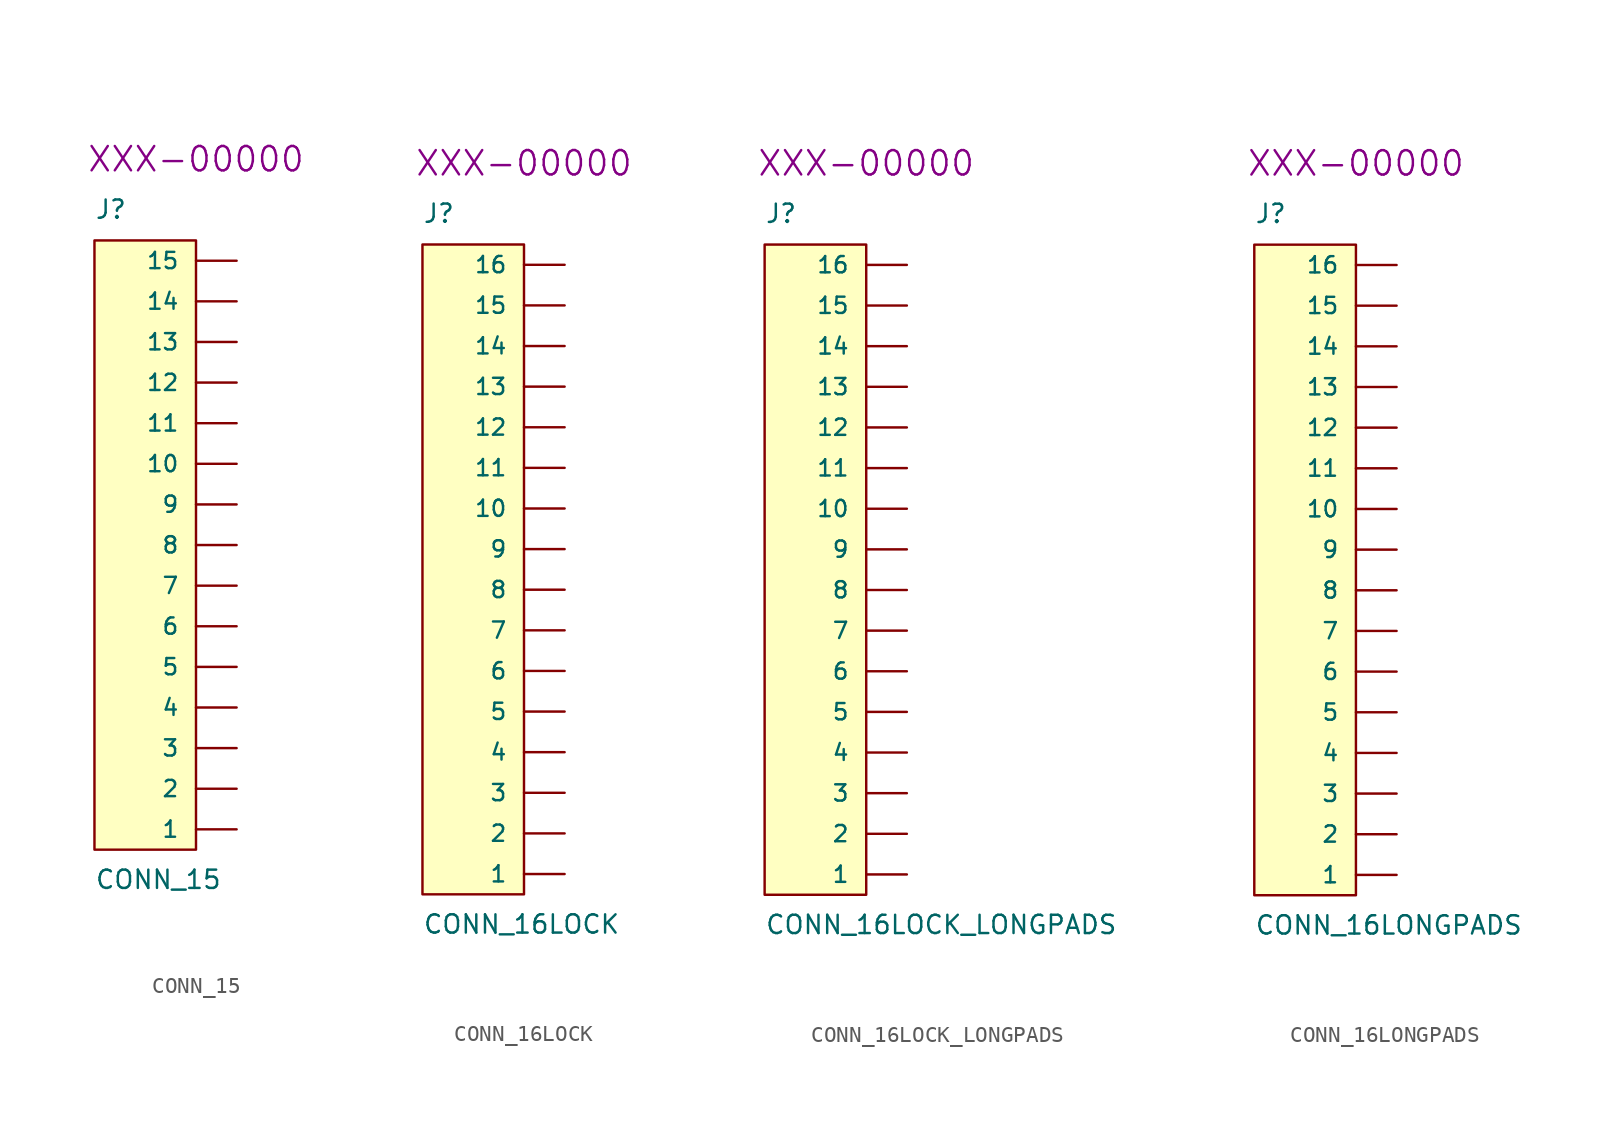
<source format=kicad_sym>
(kicad_symbol_lib
  (version 20201005)
  (generator kicad_symbol_editor)
  (symbol "CONN_15"
    (pin_numbers hide)
    (pin_names
      (offset 1.016))
    (property "Reference" "J"
      (at -6.35 38.1 0)
      (effects (font (size 1.143 1.143)) (justify left bottom)))
    (property "Value" "CONN_15"
      (at -6.35 -3.81 0)
      (effects (font (size 1.143 1.143)) (justify left bottom)))
    (property "Field4" "XXX-00000"
      (at 0 41.91 0)
      (effects (font (size 1.524 1.524))))
    (property "ki_locked" ""
      (at 0 0 0)
      (effects (font (size 1.27 1.27))))
    (symbol "CONN_15_0_1"
      (rectangle (start 0 -1.27) (end -6.35 36.83) (stroke (width 0)) (fill (type background))))
    (symbol "CONN_15_1_1"
      (pin passive line (at 2.54 0 180) (length 2.54) (name "1" (effects (font (size 1.016 1.016)))) (number "1" (effects (font (size 1.016 1.016)))))
      (pin passive line (at 2.54 2.54 180) (length 2.54) (name "2" (effects (font (size 1.016 1.016)))) (number "2" (effects (font (size 1.016 1.016)))))
      (pin passive line (at 2.54 5.08 180) (length 2.54) (name "3" (effects (font (size 1.016 1.016)))) (number "3" (effects (font (size 1.016 1.016)))))
      (pin passive line (at 2.54 7.62 180) (length 2.54) (name "4" (effects (font (size 1.016 1.016)))) (number "4" (effects (font (size 1.016 1.016)))))
      (pin passive line (at 2.54 10.16 180) (length 2.54) (name "5" (effects (font (size 1.016 1.016)))) (number "5" (effects (font (size 1.016 1.016)))))
      (pin passive line (at 2.54 12.7 180) (length 2.54) (name "6" (effects (font (size 1.016 1.016)))) (number "6" (effects (font (size 1.016 1.016)))))
      (pin passive line (at 2.54 15.24 180) (length 2.54) (name "7" (effects (font (size 1.016 1.016)))) (number "7" (effects (font (size 1.016 1.016)))))
      (pin passive line (at 2.54 17.78 180) (length 2.54) (name "8" (effects (font (size 1.016 1.016)))) (number "8" (effects (font (size 1.016 1.016)))))
      (pin passive line (at 2.54 20.32 180) (length 2.54) (name "9" (effects (font (size 1.016 1.016)))) (number "9" (effects (font (size 1.016 1.016)))))
      (pin passive line (at 2.54 22.86 180) (length 2.54) (name "10" (effects (font (size 1.016 1.016)))) (number "10" (effects (font (size 1.016 1.016)))))
      (pin passive line (at 2.54 25.4 180) (length 2.54) (name "11" (effects (font (size 1.016 1.016)))) (number "11" (effects (font (size 1.016 1.016)))))
      (pin passive line (at 2.54 27.94 180) (length 2.54) (name "12" (effects (font (size 1.016 1.016)))) (number "12" (effects (font (size 1.016 1.016)))))
      (pin passive line (at 2.54 30.48 180) (length 2.54) (name "13" (effects (font (size 1.016 1.016)))) (number "13" (effects (font (size 1.016 1.016)))))
      (pin passive line (at 2.54 33.02 180) (length 2.54) (name "14" (effects (font (size 1.016 1.016)))) (number "14" (effects (font (size 1.016 1.016)))))
      (pin passive line (at 2.54 35.56 180) (length 2.54) (name "15" (effects (font (size 1.016 1.016)))) (number "15" (effects (font (size 1.016 1.016)))))))
  (symbol "CONN_16LOCK"
    (pin_numbers hide)
    (pin_names
      (offset 1.016))
    (property "Reference" "J"
      (at -6.35 40.64 0)
      (effects (font (size 1.143 1.143)) (justify left bottom)))
    (property "Value" "CONN_16LOCK"
      (at -6.35 -3.81 0)
      (effects (font (size 1.143 1.143)) (justify left bottom)))
    (property "Field4" "XXX-00000"
      (at 0 44.45 0)
      (effects (font (size 1.524 1.524))))
    (property "ki_locked" ""
      (at 0 0 0)
      (effects (font (size 1.27 1.27))))
    (symbol "CONN_16LOCK_0_1"
      (rectangle (start 0 -1.27) (end -6.35 39.37) (stroke (width 0)) (fill (type background))))
    (symbol "CONN_16LOCK_1_1"
      (pin passive line (at 2.54 0 180) (length 2.54) (name "1" (effects (font (size 1.016 1.016)))) (number "1" (effects (font (size 1.016 1.016)))))
      (pin passive line (at 2.54 2.54 180) (length 2.54) (name "2" (effects (font (size 1.016 1.016)))) (number "2" (effects (font (size 1.016 1.016)))))
      (pin passive line (at 2.54 5.08 180) (length 2.54) (name "3" (effects (font (size 1.016 1.016)))) (number "3" (effects (font (size 1.016 1.016)))))
      (pin passive line (at 2.54 7.62 180) (length 2.54) (name "4" (effects (font (size 1.016 1.016)))) (number "4" (effects (font (size 1.016 1.016)))))
      (pin passive line (at 2.54 10.16 180) (length 2.54) (name "5" (effects (font (size 1.016 1.016)))) (number "5" (effects (font (size 1.016 1.016)))))
      (pin passive line (at 2.54 12.7 180) (length 2.54) (name "6" (effects (font (size 1.016 1.016)))) (number "6" (effects (font (size 1.016 1.016)))))
      (pin passive line (at 2.54 15.24 180) (length 2.54) (name "7" (effects (font (size 1.016 1.016)))) (number "7" (effects (font (size 1.016 1.016)))))
      (pin passive line (at 2.54 17.78 180) (length 2.54) (name "8" (effects (font (size 1.016 1.016)))) (number "8" (effects (font (size 1.016 1.016)))))
      (pin passive line (at 2.54 20.32 180) (length 2.54) (name "9" (effects (font (size 1.016 1.016)))) (number "9" (effects (font (size 1.016 1.016)))))
      (pin passive line (at 2.54 22.86 180) (length 2.54) (name "10" (effects (font (size 1.016 1.016)))) (number "10" (effects (font (size 1.016 1.016)))))
      (pin passive line (at 2.54 25.4 180) (length 2.54) (name "11" (effects (font (size 1.016 1.016)))) (number "11" (effects (font (size 1.016 1.016)))))
      (pin passive line (at 2.54 27.94 180) (length 2.54) (name "12" (effects (font (size 1.016 1.016)))) (number "12" (effects (font (size 1.016 1.016)))))
      (pin passive line (at 2.54 30.48 180) (length 2.54) (name "13" (effects (font (size 1.016 1.016)))) (number "13" (effects (font (size 1.016 1.016)))))
      (pin passive line (at 2.54 33.02 180) (length 2.54) (name "14" (effects (font (size 1.016 1.016)))) (number "14" (effects (font (size 1.016 1.016)))))
      (pin passive line (at 2.54 35.56 180) (length 2.54) (name "15" (effects (font (size 1.016 1.016)))) (number "15" (effects (font (size 1.016 1.016)))))
      (pin passive line (at 2.54 38.1 180) (length 2.54) (name "16" (effects (font (size 1.016 1.016)))) (number "16" (effects (font (size 1.016 1.016)))))))
  (symbol "CONN_16LOCK_LONGPADS"
    (pin_numbers hide)
    (pin_names
      (offset 1.016))
    (property "Reference" "J"
      (at -6.35 40.64 0)
      (effects (font (size 1.143 1.143)) (justify left bottom)))
    (property "Value" "CONN_16LOCK_LONGPADS"
      (at -6.35 -3.81 0)
      (effects (font (size 1.143 1.143)) (justify left bottom)))
    (property "Field4" "XXX-00000"
      (at 0 44.45 0)
      (effects (font (size 1.524 1.524))))
    (property "ki_locked" ""
      (at 0 0 0)
      (effects (font (size 1.27 1.27))))
    (symbol "CONN_16LOCK_LONGPADS_0_1"
      (rectangle (start 0 -1.27) (end -6.35 39.37) (stroke (width 0)) (fill (type background))))
    (symbol "CONN_16LOCK_LONGPADS_1_1"
      (pin passive line (at 2.54 0 180) (length 2.54) (name "1" (effects (font (size 1.016 1.016)))) (number "1" (effects (font (size 1.016 1.016)))))
      (pin passive line (at 2.54 2.54 180) (length 2.54) (name "2" (effects (font (size 1.016 1.016)))) (number "2" (effects (font (size 1.016 1.016)))))
      (pin passive line (at 2.54 5.08 180) (length 2.54) (name "3" (effects (font (size 1.016 1.016)))) (number "3" (effects (font (size 1.016 1.016)))))
      (pin passive line (at 2.54 7.62 180) (length 2.54) (name "4" (effects (font (size 1.016 1.016)))) (number "4" (effects (font (size 1.016 1.016)))))
      (pin passive line (at 2.54 10.16 180) (length 2.54) (name "5" (effects (font (size 1.016 1.016)))) (number "5" (effects (font (size 1.016 1.016)))))
      (pin passive line (at 2.54 12.7 180) (length 2.54) (name "6" (effects (font (size 1.016 1.016)))) (number "6" (effects (font (size 1.016 1.016)))))
      (pin passive line (at 2.54 15.24 180) (length 2.54) (name "7" (effects (font (size 1.016 1.016)))) (number "7" (effects (font (size 1.016 1.016)))))
      (pin passive line (at 2.54 17.78 180) (length 2.54) (name "8" (effects (font (size 1.016 1.016)))) (number "8" (effects (font (size 1.016 1.016)))))
      (pin passive line (at 2.54 20.32 180) (length 2.54) (name "9" (effects (font (size 1.016 1.016)))) (number "9" (effects (font (size 1.016 1.016)))))
      (pin passive line (at 2.54 22.86 180) (length 2.54) (name "10" (effects (font (size 1.016 1.016)))) (number "10" (effects (font (size 1.016 1.016)))))
      (pin passive line (at 2.54 25.4 180) (length 2.54) (name "11" (effects (font (size 1.016 1.016)))) (number "11" (effects (font (size 1.016 1.016)))))
      (pin passive line (at 2.54 27.94 180) (length 2.54) (name "12" (effects (font (size 1.016 1.016)))) (number "12" (effects (font (size 1.016 1.016)))))
      (pin passive line (at 2.54 30.48 180) (length 2.54) (name "13" (effects (font (size 1.016 1.016)))) (number "13" (effects (font (size 1.016 1.016)))))
      (pin passive line (at 2.54 33.02 180) (length 2.54) (name "14" (effects (font (size 1.016 1.016)))) (number "14" (effects (font (size 1.016 1.016)))))
      (pin passive line (at 2.54 35.56 180) (length 2.54) (name "15" (effects (font (size 1.016 1.016)))) (number "15" (effects (font (size 1.016 1.016)))))
      (pin passive line (at 2.54 38.1 180) (length 2.54) (name "16" (effects (font (size 1.016 1.016)))) (number "16" (effects (font (size 1.016 1.016)))))))
  (symbol "CONN_16LONGPADS"
    (pin_numbers hide)
    (pin_names
      (offset 1.016))
    (property "Reference" "J"
      (at -6.35 40.64 0)
      (effects (font (size 1.143 1.143)) (justify left bottom)))
    (property "Value" "CONN_16LONGPADS"
      (at -6.35 -3.81 0)
      (effects (font (size 1.143 1.143)) (justify left bottom)))
    (property "Field4" "XXX-00000"
      (at 0 44.45 0)
      (effects (font (size 1.524 1.524))))
    (property "ki_locked" ""
      (at 0 0 0)
      (effects (font (size 1.27 1.27))))
    (symbol "CONN_16LONGPADS_0_1"
      (rectangle (start 0 -1.27) (end -6.35 39.37) (stroke (width 0)) (fill (type background))))
    (symbol "CONN_16LONGPADS_1_1"
      (pin passive line (at 2.54 0 180) (length 2.54) (name "1" (effects (font (size 1.016 1.016)))) (number "1" (effects (font (size 1.016 1.016)))))
      (pin passive line (at 2.54 2.54 180) (length 2.54) (name "2" (effects (font (size 1.016 1.016)))) (number "2" (effects (font (size 1.016 1.016)))))
      (pin passive line (at 2.54 5.08 180) (length 2.54) (name "3" (effects (font (size 1.016 1.016)))) (number "3" (effects (font (size 1.016 1.016)))))
      (pin passive line (at 2.54 7.62 180) (length 2.54) (name "4" (effects (font (size 1.016 1.016)))) (number "4" (effects (font (size 1.016 1.016)))))
      (pin passive line (at 2.54 10.16 180) (length 2.54) (name "5" (effects (font (size 1.016 1.016)))) (number "5" (effects (font (size 1.016 1.016)))))
      (pin passive line (at 2.54 12.7 180) (length 2.54) (name "6" (effects (font (size 1.016 1.016)))) (number "6" (effects (font (size 1.016 1.016)))))
      (pin passive line (at 2.54 15.24 180) (length 2.54) (name "7" (effects (font (size 1.016 1.016)))) (number "7" (effects (font (size 1.016 1.016)))))
      (pin passive line (at 2.54 17.78 180) (length 2.54) (name "8" (effects (font (size 1.016 1.016)))) (number "8" (effects (font (size 1.016 1.016)))))
      (pin passive line (at 2.54 20.32 180) (length 2.54) (name "9" (effects (font (size 1.016 1.016)))) (number "9" (effects (font (size 1.016 1.016)))))
      (pin passive line (at 2.54 22.86 180) (length 2.54) (name "10" (effects (font (size 1.016 1.016)))) (number "10" (effects (font (size 1.016 1.016)))))
      (pin passive line (at 2.54 25.4 180) (length 2.54) (name "11" (effects (font (size 1.016 1.016)))) (number "11" (effects (font (size 1.016 1.016)))))
      (pin passive line (at 2.54 27.94 180) (length 2.54) (name "12" (effects (font (size 1.016 1.016)))) (number "12" (effects (font (size 1.016 1.016)))))
      (pin passive line (at 2.54 30.48 180) (length 2.54) (name "13" (effects (font (size 1.016 1.016)))) (number "13" (effects (font (size 1.016 1.016)))))
      (pin passive line (at 2.54 33.02 180) (length 2.54) (name "14" (effects (font (size 1.016 1.016)))) (number "14" (effects (font (size 1.016 1.016)))))
      (pin passive line (at 2.54 35.56 180) (length 2.54) (name "15" (effects (font (size 1.016 1.016)))) (number "15" (effects (font (size 1.016 1.016)))))
      (pin passive line (at 2.54 38.1 180) (length 2.54) (name "16" (effects (font (size 1.016 1.016)))) (number "16" (effects (font (size 1.016 1.016))))))))
</source>
